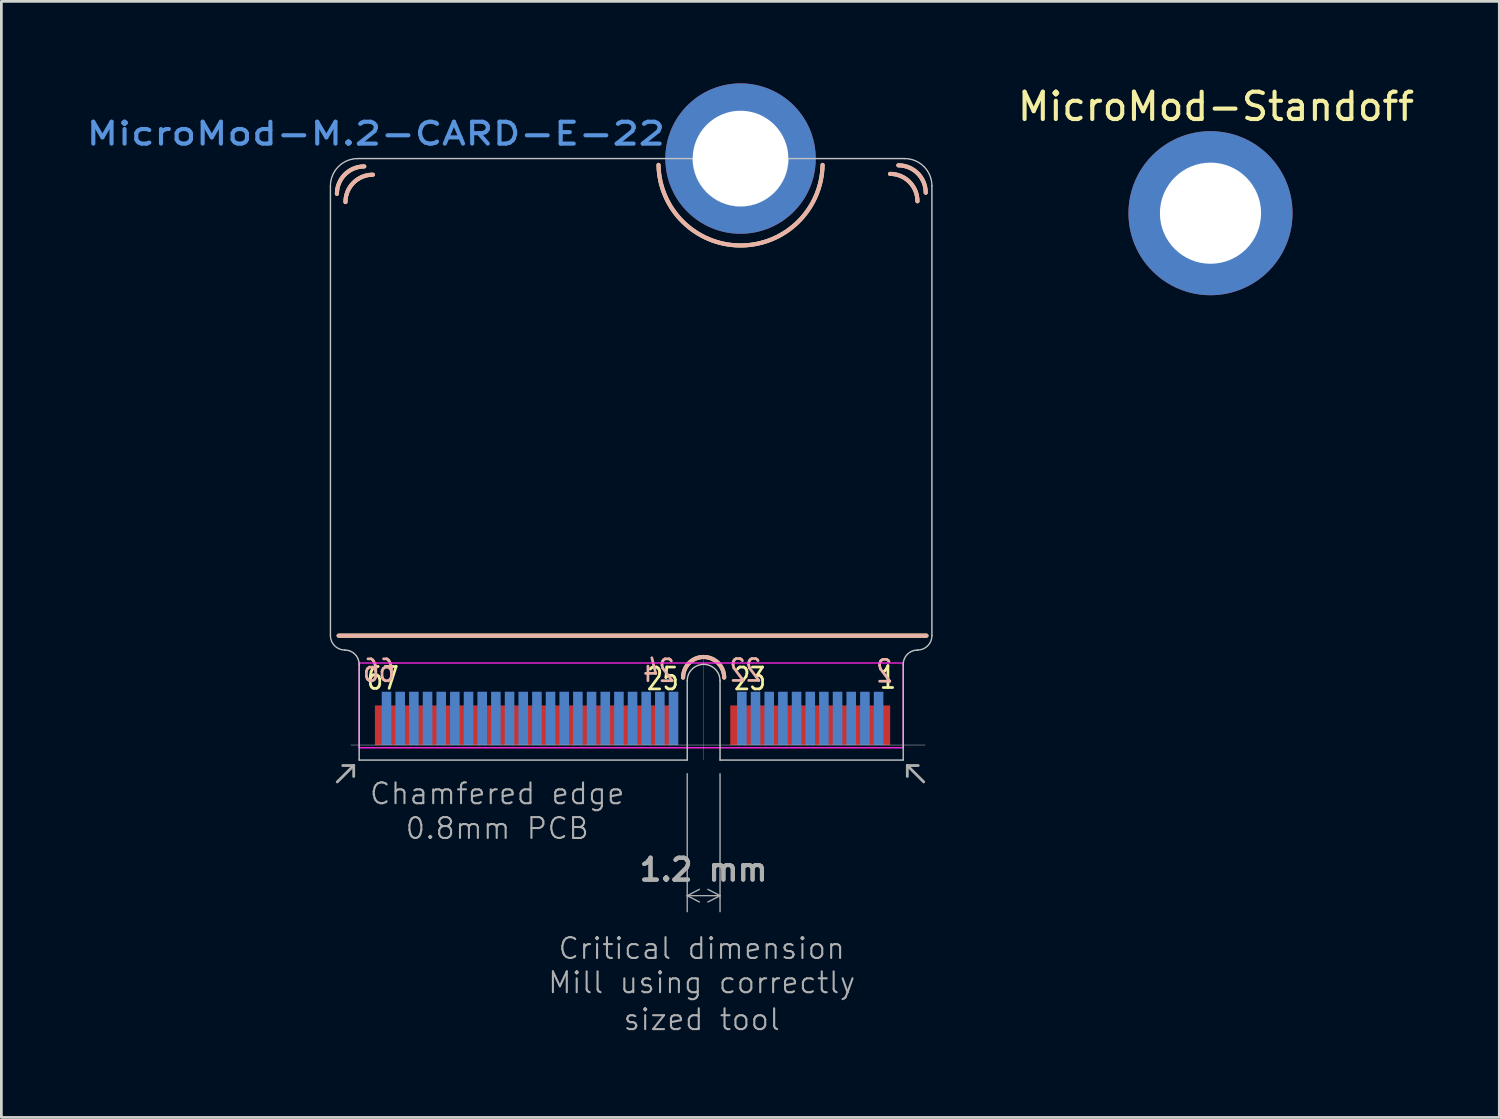
<source format=kicad_pcb>
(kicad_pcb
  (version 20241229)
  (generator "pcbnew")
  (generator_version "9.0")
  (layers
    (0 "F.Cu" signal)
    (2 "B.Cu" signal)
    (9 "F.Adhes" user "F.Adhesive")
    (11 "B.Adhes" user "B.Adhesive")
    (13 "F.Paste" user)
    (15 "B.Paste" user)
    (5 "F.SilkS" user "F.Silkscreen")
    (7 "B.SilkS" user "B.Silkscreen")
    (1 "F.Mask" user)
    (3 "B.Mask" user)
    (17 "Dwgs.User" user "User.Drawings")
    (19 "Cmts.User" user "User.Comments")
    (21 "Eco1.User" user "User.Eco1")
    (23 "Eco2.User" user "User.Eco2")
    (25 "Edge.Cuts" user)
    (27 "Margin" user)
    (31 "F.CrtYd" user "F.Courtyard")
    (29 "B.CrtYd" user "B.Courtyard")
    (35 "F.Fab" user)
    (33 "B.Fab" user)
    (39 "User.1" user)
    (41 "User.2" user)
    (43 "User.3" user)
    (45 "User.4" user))
  (footprint "MicroMod-M.2-CARD-E-22"
    (layer "F.Cu")
    (at 20.086 24.75)
    (property "Reference" "MicroMod-M.2-CARD-E-22" (at -9.39 -22.91 0) (layer "Cmts.User") (effects (font (size 0.8 1) (thickness 0.15))))
    (attr smd)
    (fp_line (start 10.75 -4.55) (end -10.75 -4.55) (stroke (width 0.15) (type default)) (layer "F.SilkS"))
    (fp_arc (start -10.812894 -20.712895) (mid -10.52 -21.42) (end -9.812894 -21.712895) (stroke (width 0.15) (type solid)) (layer "F.SilkS"))
    (fp_arc (start -10.500001 -20.410003) (mid -10.207107 -21.117109) (end -9.500001 -21.410003) (stroke (width 0.15) (type solid)) (layer "F.SilkS"))
    (fp_arc (start 1.848336 -3.018336) (mid 2.6 -3.77) (end 3.351664 -3.018336) (stroke (width 0.15) (type solid)) (layer "F.SilkS"))
    (fp_arc (start 6.95 -21.767594) (mid 3.95 -18.819542) (end 0.95 -21.767594) (stroke (width 0.15) (type solid)) (layer "F.SilkS"))
    (fp_arc (start 9.420003 -21.440003) (mid 10.127109 -21.147109) (end 10.420003 -20.440003) (stroke (width 0.15) (type solid)) (layer "F.SilkS"))
    (fp_arc (start 9.722895 -21.752896) (mid 10.430001 -21.460002) (end 10.722895 -20.752896) (stroke (width 0.15) (type solid)) (layer "F.SilkS"))
    (fp_line (start 10.75 -4.55) (end -10.75 -4.55) (stroke (width 0.15) (type default)) (layer "B.SilkS"))
    (fp_arc (start -10.812894 -20.712895) (mid -10.52 -21.42) (end -9.812894 -21.712895) (stroke (width 0.15) (type solid)) (layer "B.SilkS"))
    (fp_arc (start -10.500001 -20.410003) (mid -10.207107 -21.117108) (end -9.500001 -21.410003) (stroke (width 0.15) (type solid)) (layer "B.SilkS"))
    (fp_arc (start 1.848336 -3.018336) (mid 2.6 -3.77) (end 3.351664 -3.018336) (stroke (width 0.15) (type solid)) (layer "B.SilkS"))
    (fp_arc (start 6.95 -21.767594) (mid 3.95 -18.819542) (end 0.95 -21.767594) (stroke (width 0.15) (type solid)) (layer "B.SilkS"))
    (fp_arc (start 9.420003 -21.440003) (mid 10.127108 -21.147109) (end 10.420003 -20.440003) (stroke (width 0.15) (type solid)) (layer "B.SilkS"))
    (fp_arc (start 9.722895 -21.752896) (mid 10.430003 -21.460004) (end 10.722895 -20.752896) (stroke (width 0.15) (type solid)) (layer "B.SilkS"))
    (fp_line (start -11.05 -21) (end -11.05 -4.55) (stroke (width 0.051) (type solid)) (layer "Dwgs.User"))
    (fp_line (start -10.3 -0.549) (end 10.698 -0.549) (stroke (width 0.018) (type solid)) (layer "Dwgs.User"))
    (fp_line (start -10 0) (end -10 -3.5) (stroke (width 0.051) (type solid)) (layer "Dwgs.User"))
    (fp_line (start 2 -2.9) (end 2 0) (stroke (width 0.051) (type solid)) (layer "Dwgs.User"))
    (fp_line (start 2 0) (end -10 0) (stroke (width 0.051) (type solid)) (layer "Dwgs.User"))
    (fp_line (start 2.2 -22) (end -10.05 -22) (stroke (width 0.051) (type solid)) (layer "Dwgs.User"))
    (fp_line (start 2.6 -3.75) (end 2.6 0) (stroke (width 0.01) (type default)) (layer "Dwgs.User"))
    (fp_line (start 3.2 -2.9) (end 3.2 0) (stroke (width 0.051) (type solid)) (layer "Dwgs.User"))
    (fp_line (start 9.9 -3.5) (end 9.9 0) (stroke (width 0.05) (type solid)) (layer "Dwgs.User"))
    (fp_line (start 9.9 0) (end 3.2 0) (stroke (width 0.051) (type solid)) (layer "Dwgs.User"))
    (fp_line (start 9.95 -22) (end 5.7 -22) (stroke (width 0.051) (type solid)) (layer "Dwgs.User"))
    (fp_line (start 10.95 -21) (end 10.95 -4.55) (stroke (width 0.05) (type solid)) (layer "Dwgs.User"))
    (fp_arc (start -11.05 -21) (mid -10.757106 -21.707105) (end -10.05 -22) (stroke (width 0.04826) (type solid)) (layer "Dwgs.User"))
    (fp_arc (start -10.525 -4.025) (mid -10.896231 -4.178769) (end -11.05 -4.55) (stroke (width 0.04826) (type solid)) (layer "Dwgs.User"))
    (fp_arc (start -10.525 -4.025) (mid -10.153769 -3.871231) (end -10 -3.5) (stroke (width 0.0508) (type solid)) (layer "Dwgs.User"))
    (fp_arc (start 2 -2.9) (mid 2.6 -3.5) (end 3.2 -2.9) (stroke (width 0.0508) (type solid)) (layer "Dwgs.User"))
    (fp_arc (start 9.9 -3.5) (mid 10.053769 -3.871231) (end 10.425 -4.025) (stroke (width 0.0508) (type solid)) (layer "Dwgs.User"))
    (fp_arc (start 9.95 -22) (mid 10.657106 -21.707107) (end 10.95 -21) (stroke (width 0.04826) (type solid)) (layer "Dwgs.User"))
    (fp_arc (start 10.95 -4.55) (mid 10.796231 -4.178769) (end 10.425 -4.025) (stroke (width 0.04826) (type solid)) (layer "Dwgs.User"))
    (fp_line (start -11.05 -21) (end -11.05 -4.55) (stroke (width 0.01) (type solid)) (layer "Edge.Cuts"))
    (fp_line (start -10 0) (end -10 -3.5) (stroke (width 0.01) (type solid)) (layer "Edge.Cuts"))
    (fp_line (start 2 -2.9) (end 2 0) (stroke (width 0.01) (type solid)) (layer "Edge.Cuts"))
    (fp_line (start 2 0) (end -10 0) (stroke (width 0.01) (type solid)) (layer "Edge.Cuts"))
    (fp_line (start 2.2 -22) (end -10.05 -22) (stroke (width 0.01) (type solid)) (layer "Edge.Cuts"))
    (fp_line (start 3.2 -2.9) (end 3.2 0) (stroke (width 0.01) (type solid)) (layer "Edge.Cuts"))
    (fp_line (start 9.9 -3.5) (end 9.9 0) (stroke (width 0.01) (type solid)) (layer "Edge.Cuts"))
    (fp_line (start 9.9 0) (end 3.2 0) (stroke (width 0.01) (type solid)) (layer "Edge.Cuts"))
    (fp_line (start 9.95 -22) (end 5.7 -22) (stroke (width 0.01) (type solid)) (layer "Edge.Cuts"))
    (fp_line (start 10.95 -21) (end 10.95 -4.55) (stroke (width 0.01) (type solid)) (layer "Edge.Cuts"))
    (fp_arc (start -11.05 -21) (mid -10.757106 -21.707105) (end -10.05 -22) (stroke (width 0.01) (type solid)) (layer "Edge.Cuts"))
    (fp_arc (start -10.525 -4.025) (mid -10.896231 -4.178769) (end -11.05 -4.55) (stroke (width 0.01) (type solid)) (layer "Edge.Cuts"))
    (fp_arc (start -10.525 -4.025) (mid -10.153769 -3.871231) (end -10 -3.5) (stroke (width 0.01) (type solid)) (layer "Edge.Cuts"))
    (fp_arc (start 2 -2.9) (mid 2.6 -3.5) (end 3.2 -2.9) (stroke (width 0.01) (type solid)) (layer "Edge.Cuts"))
    (fp_arc (start 5.7 -22) (mid 3.95 -20.25) (end 2.2 -22) (stroke (width 0.01) (type default)) (layer "Edge.Cuts"))
    (fp_arc (start 9.9 -3.5) (mid 10.053769 -3.871231) (end 10.425 -4.025) (stroke (width 0.01) (type solid)) (layer "Edge.Cuts"))
    (fp_arc (start 9.95 -22) (mid 10.657106 -21.707107) (end 10.95 -21) (stroke (width 0.01) (type solid)) (layer "Edge.Cuts"))
    (fp_arc (start 10.95 -4.55) (mid 10.796231 -4.178769) (end 10.425 -4.025) (stroke (width 0.01) (type solid)) (layer "Edge.Cuts"))
    (fp_rect (start 9.9 -3.55) (end -10 -0.45) (stroke (width 0.05) (type default)) (fill no) (layer "F.CrtYd"))
    (fp_line (start -10.801 0.8) (end -10.199 0.2) (stroke (width 0.102) (type solid)) (layer "F.Fab"))
    (fp_line (start -10.199 0.2) (end -10.6 0.2) (stroke (width 0.102) (type solid)) (layer "F.Fab"))
    (fp_line (start -10.199 0.2) (end -10.199 0.599) (stroke (width 0.102) (type solid)) (layer "F.Fab"))
    (fp_line (start 10.05 0.2) (end 10.05 0.599) (stroke (width 0.102) (type solid)) (layer "F.Fab"))
    (fp_line (start 10.05 0.2) (end 10.449 0.2) (stroke (width 0.102) (type solid)) (layer "F.Fab"))
    (fp_line (start 10.65 0.8) (end 10.05 0.2) (stroke (width 0.102) (type solid)) (layer "F.Fab"))
    (fp_text user "1" (at 8.99 -2.55 0) (unlocked yes) (layer "F.SilkS") (effects (font (size 0.8 0.6) (thickness 0.1)) (justify left bottom)))
    (fp_text user "67" (at -9.77 -2.52 0) (unlocked yes) (layer "F.SilkS") (effects (font (size 0.8 0.6) (thickness 0.1)) (justify left bottom)))
    (fp_text user "25" (at 0.47 -2.5 0) (unlocked yes) (layer "F.SilkS") (effects (font (size 0.8 0.6) (thickness 0.1)) (justify left bottom)))
    (fp_text user "23" (at 3.66 -2.5 0) (unlocked yes) (layer "F.SilkS") (effects (font (size 0.8 0.6) (thickness 0.1) (bold yes)) (justify left bottom)))
    (fp_text user "24" (at 1.6 -2.8 0) (unlocked yes) (layer "B.SilkS") (effects (font (size 0.8 0.6) (thickness 0.1) (bold yes)) (justify left bottom mirror)))
    (fp_text user "66" (at -8.64 -2.8 0) (unlocked yes) (layer "B.SilkS") (effects (font (size 0.8 0.6) (thickness 0.1) (bold yes)) (justify left bottom mirror)))
    (fp_text user "22" (at 4.77 -2.81 0) (unlocked yes) (layer "B.SilkS") (effects (font (size 0.8 0.6) (thickness 0.1) (bold yes)) (justify left bottom mirror)))
    (fp_text user "2" (at 9.56 -2.78 0) (unlocked yes) (layer "B.SilkS") (effects (font (size 0.8 0.6) (thickness 0.1) (bold yes)) (justify left bottom mirror)))
    (fp_text user "Mill using correctly" (at 2.53 8.142 180) (layer "F.Fab") (effects (font (size 0.762 0.762) (thickness 0.076))))
    (fp_text user "0.8mm PCB" (at -4.95 2.5 180) (layer "F.Fab") (effects (font (size 0.762 0.762) (thickness 0.076))))
    (fp_text user "sized tool" (at 2.53 9.492 180) (layer "F.Fab") (effects (font (size 0.762 0.762) (thickness 0.076))))
    (fp_text user "Critical dimension" (at 2.53 6.89 180) (layer "F.Fab") (effects (font (size 0.762 0.762) (thickness 0.076))))
    (fp_text user "Chamfered edge" (at -4.95 1.23 180) (layer "F.Fab") (effects (font (size 0.762 0.762) (thickness 0.076))))
    (dimension (type aligned) (layer "F.Fab") (pts (xy 22.086 24.75) (xy 23.286 24.75)) (height 4.96) (format (prefix "") (suffix "") (units 2) (units_format 1) (precision 4) (suppress_zeroes yes)) (style (thickness 0.05) (arrow_length 0.5) (text_position_mode 0) (arrow_direction outward) (extension_height 0.586) (extension_offset 0.5) (keep_text_aligned yes)) (gr_text "1.2 mm" (at 22.686 28.76 0) (layer "F.Fab") (effects (font (size 0.8 0.8) (thickness 0.15)))))
    (pad "1" smd rect (at 9.248 -1.273 180) (size 0.35 1.45) (layers "F.Cu" "F.Mask" "F.Paste"))
    (pad "2" smd rect (at 8.999 -1.524 180) (size 0.35 1.95) (layers "B.Cu" "B.Mask" "B.Paste"))
    (pad "3" smd rect (at 8.748 -1.273 180) (size 0.35 1.45) (layers "F.Cu" "F.Mask" "F.Paste"))
    (pad "4" smd rect (at 8.499 -1.524 180) (size 0.35 1.95) (layers "B.Cu" "B.Mask" "B.Paste"))
    (pad "5" smd rect (at 8.25 -1.273 180) (size 0.35 1.45) (layers "F.Cu" "F.Mask" "F.Paste"))
    (pad "6" smd rect (at 7.998 -1.524 180) (size 0.35 1.95) (layers "B.Cu" "B.Mask" "B.Paste"))
    (pad "7" smd rect (at 7.75 -1.273 180) (size 0.35 1.45) (layers "F.Cu" "F.Mask" "F.Paste"))
    (pad "8" smd rect (at 7.498 -1.524 180) (size 0.35 1.95) (layers "B.Cu" "B.Mask" "B.Paste"))
    (pad "9" smd rect (at 7.249 -1.273 180) (size 0.35 1.45) (layers "F.Cu" "F.Mask" "F.Paste"))
    (pad "10" smd rect (at 6.998 -1.524 180) (size 0.35 1.95) (layers "B.Cu" "B.Mask" "B.Paste"))
    (pad "11" smd rect (at 6.749 -1.273 180) (size 0.35 1.45) (layers "F.Cu" "F.Mask" "F.Paste"))
    (pad "12" smd rect (at 6.5 -1.524 180) (size 0.35 1.95) (layers "B.Cu" "B.Mask" "B.Paste"))
    (pad "13" smd rect (at 6.248 -1.273 180) (size 0.35 1.45) (layers "F.Cu" "F.Mask" "F.Paste"))
    (pad "14" smd rect (at 5.999 -1.524 180) (size 0.35 1.95) (layers "B.Cu" "B.Mask" "B.Paste"))
    (pad "15" smd rect (at 5.748 -1.273 180) (size 0.35 1.45) (layers "F.Cu" "F.Mask" "F.Paste"))
    (pad "16" smd rect (at 5.499 -1.524 180) (size 0.35 1.95) (layers "B.Cu" "B.Mask" "B.Paste"))
    (pad "17" smd rect (at 5.248 -1.273 180) (size 0.35 1.45) (layers "F.Cu" "F.Mask" "F.Paste"))
    (pad "18" smd rect (at 4.999 -1.524 180) (size 0.35 1.95) (layers "B.Cu" "B.Mask" "B.Paste"))
    (pad "19" smd rect (at 4.75 -1.273 180) (size 0.35 1.45) (layers "F.Cu" "F.Mask" "F.Paste"))
    (pad "20" smd rect (at 4.498 -1.524 180) (size 0.35 1.95) (layers "B.Cu" "B.Mask" "B.Paste"))
    (pad "21" smd rect (at 4.249 -1.273 180) (size 0.35 1.45) (layers "F.Cu" "F.Mask" "F.Paste"))
    (pad "22" smd rect (at 3.998 -1.524 180) (size 0.35 1.95) (layers "B.Cu" "B.Mask" "B.Paste"))
    (pad "23" smd rect (at 3.749 -1.273 180) (size 0.35 1.45) (layers "F.Cu" "F.Mask" "F.Paste"))
    (pad "32" smd rect (at 1.499 -1.524 180) (size 0.35 1.95) (layers "B.Cu" "B.Mask" "B.Paste"))
    (pad "33" smd rect (at 1.25 -1.273 180) (size 0.35 1.45) (layers "F.Cu" "F.Mask" "F.Paste"))
    (pad "34" smd rect (at 0.998 -1.524 180) (size 0.35 1.95) (layers "B.Cu" "B.Mask" "B.Paste"))
    (pad "35" smd rect (at 0.749 -1.273 180) (size 0.35 1.45) (layers "F.Cu" "F.Mask" "F.Paste"))
    (pad "36" smd rect (at 0.498 -1.524 180) (size 0.35 1.95) (layers "B.Cu" "B.Mask" "B.Paste"))
    (pad "37" smd rect (at 0.249 -1.273 180) (size 0.35 1.45) (layers "F.Cu" "F.Mask" "F.Paste"))
    (pad "38" smd rect (at 0 -1.524 180) (size 0.35 1.95) (layers "B.Cu" "B.Mask" "B.Paste"))
    (pad "39" smd rect (at -0.249 -1.273 180) (size 0.35 1.45) (layers "F.Cu" "F.Mask" "F.Paste"))
    (pad "40" smd rect (at -0.498 -1.524 180) (size 0.35 1.95) (layers "B.Cu" "B.Mask" "B.Paste"))
    (pad "41" smd rect (at -0.749 -1.273 180) (size 0.35 1.45) (layers "F.Cu" "F.Mask" "F.Paste"))
    (pad "42" smd rect (at -0.998 -1.524 180) (size 0.35 1.95) (layers "B.Cu" "B.Mask" "B.Paste"))
    (pad "43" smd rect (at -1.25 -1.273 180) (size 0.35 1.45) (layers "F.Cu" "F.Mask" "F.Paste"))
    (pad "44" smd rect (at -1.499 -1.524 180) (size 0.35 1.95) (layers "B.Cu" "B.Mask" "B.Paste"))
    (pad "45" smd rect (at -1.748 -1.273 180) (size 0.35 1.45) (layers "F.Cu" "F.Mask" "F.Paste"))
    (pad "46" smd rect (at -1.999 -1.524 180) (size 0.35 1.95) (layers "B.Cu" "B.Mask" "B.Paste"))
    (pad "47" smd rect (at -2.248 -1.273 180) (size 0.35 1.45) (layers "F.Cu" "F.Mask" "F.Paste"))
    (pad "48" smd rect (at -2.499 -1.524 180) (size 0.35 1.95) (layers "B.Cu" "B.Mask" "B.Paste"))
    (pad "49" smd rect (at -2.748 -1.273 180) (size 0.35 1.45) (layers "F.Cu" "F.Mask" "F.Paste"))
    (pad "50" smd rect (at -3 -1.524 180) (size 0.35 1.95) (layers "B.Cu" "B.Mask" "B.Paste"))
    (pad "51" smd rect (at -3.249 -1.273 180) (size 0.35 1.45) (layers "F.Cu" "F.Mask" "F.Paste"))
    (pad "52" smd rect (at -3.498 -1.524 180) (size 0.35 1.95) (layers "B.Cu" "B.Mask" "B.Paste"))
    (pad "53" smd rect (at -3.749 -1.273 180) (size 0.35 1.45) (layers "F.Cu" "F.Mask" "F.Paste"))
    (pad "54" smd rect (at -3.998 -1.524 180) (size 0.35 1.95) (layers "B.Cu" "B.Mask" "B.Paste"))
    (pad "55" smd rect (at -4.249 -1.273 180) (size 0.35 1.45) (layers "F.Cu" "F.Mask" "F.Paste"))
    (pad "56" smd rect (at -4.498 -1.524 180) (size 0.35 1.95) (layers "B.Cu" "B.Mask" "B.Paste"))
    (pad "57" smd rect (at -4.75 -1.273 180) (size 0.35 1.45) (layers "F.Cu" "F.Mask" "F.Paste"))
    (pad "58" smd rect (at -4.999 -1.524 180) (size 0.35 1.95) (layers "B.Cu" "B.Mask" "B.Paste"))
    (pad "59" smd rect (at -5.248 -1.273 180) (size 0.35 1.45) (layers "F.Cu" "F.Mask" "F.Paste"))
    (pad "60" smd rect (at -5.499 -1.524 180) (size 0.35 1.95) (layers "B.Cu" "B.Mask" "B.Paste"))
    (pad "61" smd rect (at -5.748 -1.273 180) (size 0.35 1.45) (layers "F.Cu" "F.Mask" "F.Paste"))
    (pad "62" smd rect (at -5.999 -1.524 180) (size 0.35 1.95) (layers "B.Cu" "B.Mask" "B.Paste"))
    (pad "63" smd rect (at -6.248 -1.273 180) (size 0.35 1.45) (layers "F.Cu" "F.Mask" "F.Paste"))
    (pad "64" smd rect (at -6.5 -1.524 180) (size 0.35 1.95) (layers "B.Cu" "B.Mask" "B.Paste"))
    (pad "65" smd rect (at -6.749 -1.273 180) (size 0.35 1.45) (layers "F.Cu" "F.Mask" "F.Paste"))
    (pad "66" smd rect (at -6.998 -1.524 180) (size 0.35 1.95) (layers "B.Cu" "B.Mask" "B.Paste"))
    (pad "67" smd rect (at -7.249 -1.273 180) (size 0.35 1.45) (layers "F.Cu" "F.Mask" "F.Paste"))
    (pad "68" smd rect (at -7.498 -1.524 180) (size 0.35 1.95) (layers "B.Cu" "B.Mask" "B.Paste"))
    (pad "69" smd rect (at -7.75 -1.273 180) (size 0.35 1.45) (layers "F.Cu" "F.Mask" "F.Paste"))
    (pad "70" smd rect (at -7.998 -1.524 180) (size 0.35 1.95) (layers "B.Cu" "B.Mask" "B.Paste"))
    (pad "71" smd rect (at -8.25 -1.273 180) (size 0.35 1.45) (layers "F.Cu" "F.Mask" "F.Paste"))
    (pad "72" smd rect (at -8.499 -1.524 180) (size 0.35 1.95) (layers "B.Cu" "B.Mask" "B.Paste"))
    (pad "73" smd rect (at -8.748 -1.273 180) (size 0.35 1.45) (layers "F.Cu" "F.Mask" "F.Paste"))
    (pad "74" smd rect (at -8.999 -1.524 180) (size 0.35 1.95) (layers "B.Cu" "B.Mask" "B.Paste"))
    (pad "75" smd rect (at -9.248 -1.273 180) (size 0.35 1.45) (layers "F.Cu" "F.Mask" "F.Paste"))
    (pad "GND" thru_hole circle (at 3.95 -22 90) (size 5.5 5.5) (drill 3.5) (layers "*.Cu" "*.Mask"))
    (zone (net_name "") (layers "F.Cu" "B.Cu") (hatch edge 0.5) (connect_pads) (min_thickness 0.25) (filled_areas_thickness no) (keepout (tracks allowed) (vias allowed) (pads allowed) (copperpour not_allowed) (footprints allowed)) (placement (enabled no)) (fill) (polygon (pts (xy 10.086 21.2) (xy 29.976 21.19) (xy 29.986 24.76) (xy 10.076 24.8)))))
  (footprint "MicroMod-Standoff"
    (layer "F.Cu")
    (at 41.225 4.748)
    (property "Reference" "MicroMod-Standoff" (at 0.2 -3.9 0) (layer "F.SilkS") (effects (font (size 1 1) (thickness 0.15))))
    (attr through_hole)
    (pad "" np_thru_hole circle (at 0 0) (size 6 6) (drill 3.7) (layers "*.Cu" "*.Mask")))
  (gr_rect
    (start -3 -3)
    (end 51.788 37.821)
    (stroke (width 0.1) (type default))
    (fill no)
    (layer "Edge.Cuts")))
</source>
